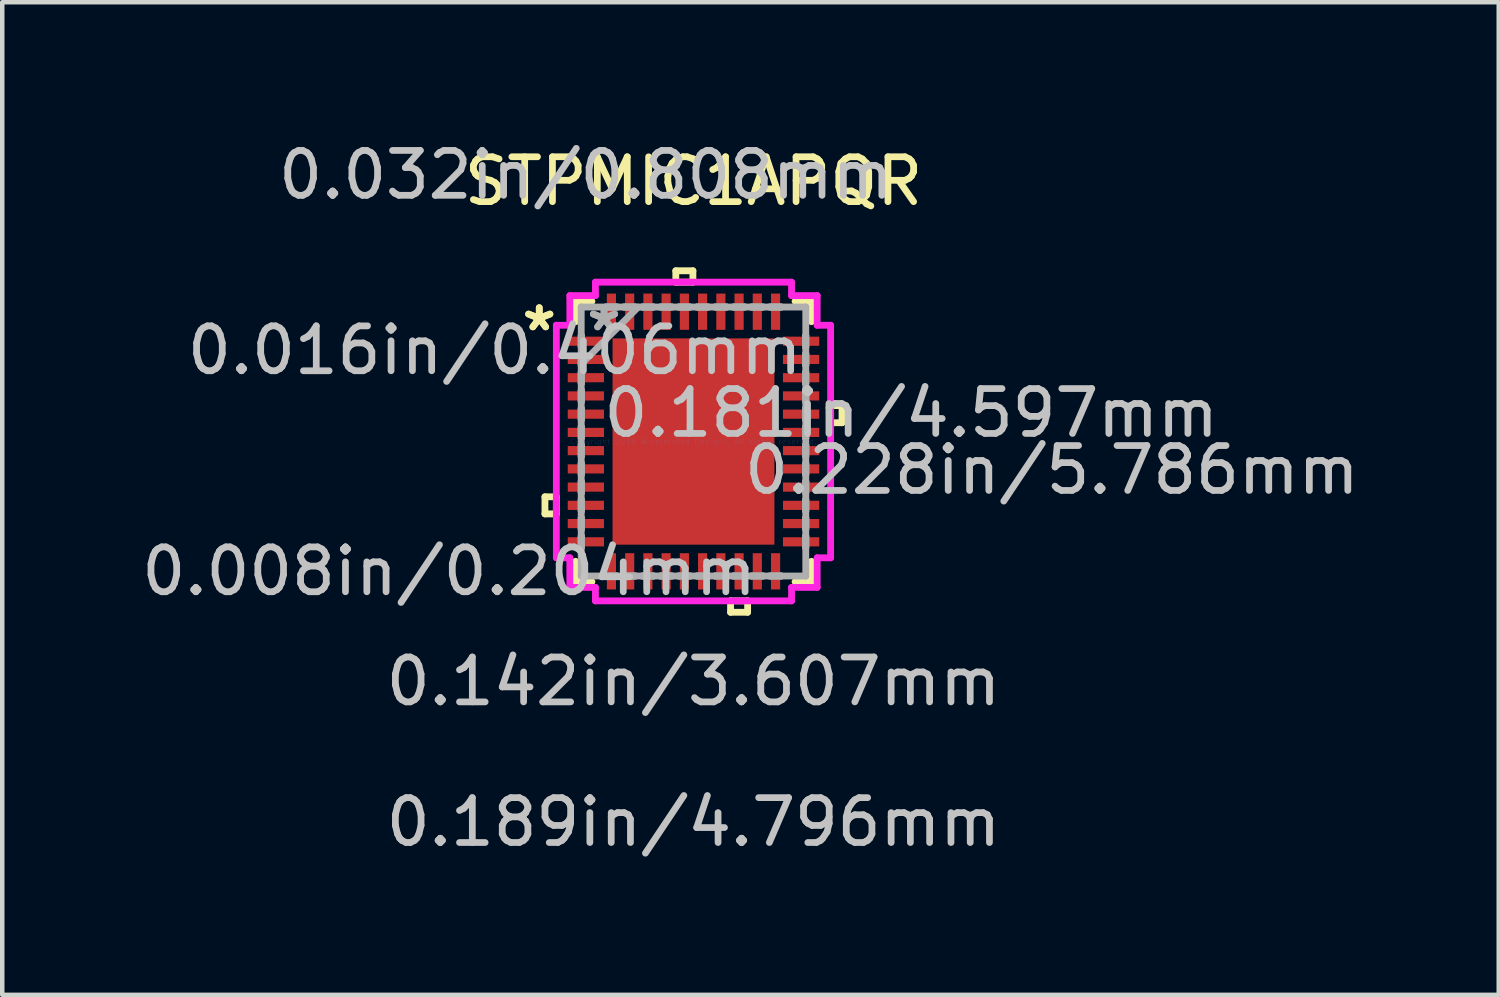
<source format=kicad_pcb>
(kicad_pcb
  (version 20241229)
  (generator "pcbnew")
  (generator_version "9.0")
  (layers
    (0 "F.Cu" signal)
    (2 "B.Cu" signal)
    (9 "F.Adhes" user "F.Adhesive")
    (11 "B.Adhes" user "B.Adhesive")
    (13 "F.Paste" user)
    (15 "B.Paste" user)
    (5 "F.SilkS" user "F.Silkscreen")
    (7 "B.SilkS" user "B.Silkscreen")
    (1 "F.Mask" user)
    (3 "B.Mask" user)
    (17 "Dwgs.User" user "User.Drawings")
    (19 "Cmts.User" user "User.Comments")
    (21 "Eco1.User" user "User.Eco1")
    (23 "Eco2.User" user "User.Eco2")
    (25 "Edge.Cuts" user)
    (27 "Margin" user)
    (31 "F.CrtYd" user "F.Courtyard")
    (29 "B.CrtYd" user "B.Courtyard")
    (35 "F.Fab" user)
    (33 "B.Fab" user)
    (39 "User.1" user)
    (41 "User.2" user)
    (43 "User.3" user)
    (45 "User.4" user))
  (footprint "STPMIC1APQR"
    (layer "F.Cu")
    (at 12.404 6.789)
    (property "Reference" "STPMIC1APQR" (at 0 -5.8 0) (layer "F.SilkS") (effects (font (size 1 1) (thickness 0.15))))
    (attr through_hole)
    (fp_line (start -3.31 1.232) (end -3.31 1.613) (stroke (width 0.152) (type solid)) (layer "F.SilkS"))
    (fp_line (start -3.31 1.613) (end -3.056 1.613) (stroke (width 0.152) (type solid)) (layer "F.SilkS"))
    (fp_line (start -3.056 1.232) (end -3.31 1.232) (stroke (width 0.152) (type solid)) (layer "F.SilkS"))
    (fp_line (start -3.056 1.613) (end -3.056 1.232) (stroke (width 0.152) (type solid)) (layer "F.SilkS"))
    (fp_line (start -2.629 -3.124) (end -2.629 -2.67) (stroke (width 0.152) (type solid)) (layer "F.SilkS"))
    (fp_line (start -2.629 2.67) (end -2.629 3.124) (stroke (width 0.152) (type solid)) (layer "F.SilkS"))
    (fp_line (start -2.629 3.124) (end -2.264 3.124) (stroke (width 0.152) (type solid)) (layer "F.SilkS"))
    (fp_line (start -2.264 -3.124) (end -2.629 -3.124) (stroke (width 0.152) (type solid)) (layer "F.SilkS"))
    (fp_line (start -0.394 -3.805) (end -0.013 -3.805) (stroke (width 0.152) (type solid)) (layer "F.SilkS"))
    (fp_line (start -0.394 -3.551) (end -0.394 -3.805) (stroke (width 0.152) (type solid)) (layer "F.SilkS"))
    (fp_line (start -0.013 -3.805) (end -0.013 -3.551) (stroke (width 0.152) (type solid)) (layer "F.SilkS"))
    (fp_line (start -0.013 -3.551) (end -0.394 -3.551) (stroke (width 0.152) (type solid)) (layer "F.SilkS"))
    (fp_line (start 0.826 3.551) (end 0.826 3.805) (stroke (width 0.152) (type solid)) (layer "F.SilkS"))
    (fp_line (start 0.826 3.805) (end 1.206 3.805) (stroke (width 0.152) (type solid)) (layer "F.SilkS"))
    (fp_line (start 1.206 3.551) (end 0.826 3.551) (stroke (width 0.152) (type solid)) (layer "F.SilkS"))
    (fp_line (start 1.206 3.805) (end 1.206 3.551) (stroke (width 0.152) (type solid)) (layer "F.SilkS"))
    (fp_line (start 2.264 3.124) (end 2.629 3.124) (stroke (width 0.152) (type solid)) (layer "F.SilkS"))
    (fp_line (start 2.629 -3.124) (end 2.264 -3.124) (stroke (width 0.152) (type solid)) (layer "F.SilkS"))
    (fp_line (start 2.629 -2.67) (end 2.629 -3.124) (stroke (width 0.152) (type solid)) (layer "F.SilkS"))
    (fp_line (start 2.629 3.124) (end 2.629 2.67) (stroke (width 0.152) (type solid)) (layer "F.SilkS"))
    (fp_line (start 3.056 -0.8) (end 3.31 -0.8) (stroke (width 0.152) (type solid)) (layer "F.SilkS"))
    (fp_line (start 3.056 -0.419) (end 3.056 -0.8) (stroke (width 0.152) (type solid)) (layer "F.SilkS"))
    (fp_line (start 3.31 -0.8) (end 3.31 -0.419) (stroke (width 0.152) (type solid)) (layer "F.SilkS"))
    (fp_line (start 3.31 -0.419) (end 3.056 -0.419) (stroke (width 0.152) (type solid)) (layer "F.SilkS"))
    (fp_line (start -1.703 -2.199) (end -1.703 -0.866) (stroke (width 0.152) (type solid)) (layer "F.Paste"))
    (fp_line (start -1.703 -0.866) (end -0.1 -0.866) (stroke (width 0.152) (type solid)) (layer "F.Paste"))
    (fp_line (start -1.703 -0.666) (end -1.703 0.666) (stroke (width 0.152) (type solid)) (layer "F.Paste"))
    (fp_line (start -1.703 0.666) (end -0.1 0.666) (stroke (width 0.152) (type solid)) (layer "F.Paste"))
    (fp_line (start -1.703 0.866) (end -1.703 2.199) (stroke (width 0.152) (type solid)) (layer "F.Paste"))
    (fp_line (start -1.703 2.199) (end -0.1 2.199) (stroke (width 0.152) (type solid)) (layer "F.Paste"))
    (fp_line (start -0.1 -2.199) (end -1.703 -2.199) (stroke (width 0.152) (type solid)) (layer "F.Paste"))
    (fp_line (start -0.1 -0.866) (end -0.1 -2.199) (stroke (width 0.152) (type solid)) (layer "F.Paste"))
    (fp_line (start -0.1 -0.666) (end -1.703 -0.666) (stroke (width 0.152) (type solid)) (layer "F.Paste"))
    (fp_line (start -0.1 0.666) (end -0.1 -0.666) (stroke (width 0.152) (type solid)) (layer "F.Paste"))
    (fp_line (start -0.1 0.866) (end -1.703 0.866) (stroke (width 0.152) (type solid)) (layer "F.Paste"))
    (fp_line (start -0.1 2.199) (end -0.1 0.866) (stroke (width 0.152) (type solid)) (layer "F.Paste"))
    (fp_line (start 0.1 -2.199) (end 0.1 -0.866) (stroke (width 0.152) (type solid)) (layer "F.Paste"))
    (fp_line (start 0.1 -0.866) (end 1.703 -0.866) (stroke (width 0.152) (type solid)) (layer "F.Paste"))
    (fp_line (start 0.1 -0.666) (end 0.1 0.666) (stroke (width 0.152) (type solid)) (layer "F.Paste"))
    (fp_line (start 0.1 0.666) (end 1.703 0.666) (stroke (width 0.152) (type solid)) (layer "F.Paste"))
    (fp_line (start 0.1 0.866) (end 0.1 2.199) (stroke (width 0.152) (type solid)) (layer "F.Paste"))
    (fp_line (start 0.1 2.199) (end 1.703 2.199) (stroke (width 0.152) (type solid)) (layer "F.Paste"))
    (fp_line (start 1.703 -2.199) (end 0.1 -2.199) (stroke (width 0.152) (type solid)) (layer "F.Paste"))
    (fp_line (start 1.703 -0.866) (end 1.703 -2.199) (stroke (width 0.152) (type solid)) (layer "F.Paste"))
    (fp_line (start 1.703 -0.666) (end 0.1 -0.666) (stroke (width 0.152) (type solid)) (layer "F.Paste"))
    (fp_line (start 1.703 0.666) (end 1.703 -0.666) (stroke (width 0.152) (type solid)) (layer "F.Paste"))
    (fp_line (start 1.703 0.866) (end 0.1 0.866) (stroke (width 0.152) (type solid)) (layer "F.Paste"))
    (fp_line (start 1.703 2.199) (end 1.703 0.866) (stroke (width 0.152) (type solid)) (layer "F.Paste"))
    (fp_line (start -3.056 -2.591) (end -2.756 -2.591) (stroke (width 0.152) (type solid)) (layer "F.CrtYd"))
    (fp_line (start -3.056 2.591) (end -3.056 -2.591) (stroke (width 0.152) (type solid)) (layer "F.CrtYd"))
    (fp_line (start -2.756 -3.251) (end -2.185 -3.251) (stroke (width 0.152) (type solid)) (layer "F.CrtYd"))
    (fp_line (start -2.756 -2.591) (end -2.756 -3.251) (stroke (width 0.152) (type solid)) (layer "F.CrtYd"))
    (fp_line (start -2.756 2.591) (end -3.056 2.591) (stroke (width 0.152) (type solid)) (layer "F.CrtYd"))
    (fp_line (start -2.756 3.251) (end -2.756 2.591) (stroke (width 0.152) (type solid)) (layer "F.CrtYd"))
    (fp_line (start -2.185 -3.551) (end 2.185 -3.551) (stroke (width 0.152) (type solid)) (layer "F.CrtYd"))
    (fp_line (start -2.185 -3.251) (end -2.185 -3.551) (stroke (width 0.152) (type solid)) (layer "F.CrtYd"))
    (fp_line (start -2.185 3.251) (end -2.756 3.251) (stroke (width 0.152) (type solid)) (layer "F.CrtYd"))
    (fp_line (start -2.185 3.551) (end -2.185 3.251) (stroke (width 0.152) (type solid)) (layer "F.CrtYd"))
    (fp_line (start 2.185 -3.551) (end 2.185 -3.251) (stroke (width 0.152) (type solid)) (layer "F.CrtYd"))
    (fp_line (start 2.185 -3.251) (end 2.756 -3.251) (stroke (width 0.152) (type solid)) (layer "F.CrtYd"))
    (fp_line (start 2.185 3.251) (end 2.185 3.551) (stroke (width 0.152) (type solid)) (layer "F.CrtYd"))
    (fp_line (start 2.185 3.551) (end -2.185 3.551) (stroke (width 0.152) (type solid)) (layer "F.CrtYd"))
    (fp_line (start 2.756 -3.251) (end 2.756 -2.591) (stroke (width 0.152) (type solid)) (layer "F.CrtYd"))
    (fp_line (start 2.756 -2.591) (end 3.056 -2.591) (stroke (width 0.152) (type solid)) (layer "F.CrtYd"))
    (fp_line (start 2.756 2.591) (end 2.756 3.251) (stroke (width 0.152) (type solid)) (layer "F.CrtYd"))
    (fp_line (start 2.756 3.251) (end 2.185 3.251) (stroke (width 0.152) (type solid)) (layer "F.CrtYd"))
    (fp_line (start 3.056 -2.591) (end 3.056 2.591) (stroke (width 0.152) (type solid)) (layer "F.CrtYd"))
    (fp_line (start 3.056 2.591) (end 2.756 2.591) (stroke (width 0.152) (type solid)) (layer "F.CrtYd"))
    (fp_line (start -2.502 -2.997) (end -2.502 -2.997) (stroke (width 0.152) (type solid)) (layer "F.Fab"))
    (fp_line (start -2.502 -2.997) (end -2.502 2.997) (stroke (width 0.152) (type solid)) (layer "F.Fab"))
    (fp_line (start -2.502 -2.362) (end -2.502 -2.362) (stroke (width 0.152) (type solid)) (layer "F.Fab"))
    (fp_line (start -2.502 -2.362) (end -2.502 -2.108) (stroke (width 0.152) (type solid)) (layer "F.Fab"))
    (fp_line (start -2.502 -2.108) (end -2.502 -2.362) (stroke (width 0.152) (type solid)) (layer "F.Fab"))
    (fp_line (start -2.502 -2.108) (end -2.502 -2.108) (stroke (width 0.152) (type solid)) (layer "F.Fab"))
    (fp_line (start -2.502 -1.956) (end -2.502 -1.956) (stroke (width 0.152) (type solid)) (layer "F.Fab"))
    (fp_line (start -2.502 -1.956) (end -2.502 -1.702) (stroke (width 0.152) (type solid)) (layer "F.Fab"))
    (fp_line (start -2.502 -1.727) (end -1.232 -2.997) (stroke (width 0.152) (type solid)) (layer "F.Fab"))
    (fp_line (start -2.502 -1.702) (end -2.502 -1.956) (stroke (width 0.152) (type solid)) (layer "F.Fab"))
    (fp_line (start -2.502 -1.702) (end -2.502 -1.702) (stroke (width 0.152) (type solid)) (layer "F.Fab"))
    (fp_line (start -2.502 -1.549) (end -2.502 -1.549) (stroke (width 0.152) (type solid)) (layer "F.Fab"))
    (fp_line (start -2.502 -1.549) (end -2.502 -1.295) (stroke (width 0.152) (type solid)) (layer "F.Fab"))
    (fp_line (start -2.502 -1.295) (end -2.502 -1.549) (stroke (width 0.152) (type solid)) (layer "F.Fab"))
    (fp_line (start -2.502 -1.295) (end -2.502 -1.295) (stroke (width 0.152) (type solid)) (layer "F.Fab"))
    (fp_line (start -2.502 -1.143) (end -2.502 -1.143) (stroke (width 0.152) (type solid)) (layer "F.Fab"))
    (fp_line (start -2.502 -1.143) (end -2.502 -0.889) (stroke (width 0.152) (type solid)) (layer "F.Fab"))
    (fp_line (start -2.502 -0.889) (end -2.502 -1.143) (stroke (width 0.152) (type solid)) (layer "F.Fab"))
    (fp_line (start -2.502 -0.889) (end -2.502 -0.889) (stroke (width 0.152) (type solid)) (layer "F.Fab"))
    (fp_line (start -2.502 -0.737) (end -2.502 -0.737) (stroke (width 0.152) (type solid)) (layer "F.Fab"))
    (fp_line (start -2.502 -0.737) (end -2.502 -0.483) (stroke (width 0.152) (type solid)) (layer "F.Fab"))
    (fp_line (start -2.502 -0.483) (end -2.502 -0.737) (stroke (width 0.152) (type solid)) (layer "F.Fab"))
    (fp_line (start -2.502 -0.483) (end -2.502 -0.483) (stroke (width 0.152) (type solid)) (layer "F.Fab"))
    (fp_line (start -2.502 -0.33) (end -2.502 -0.33) (stroke (width 0.152) (type solid)) (layer "F.Fab"))
    (fp_line (start -2.502 -0.33) (end -2.502 -0.076) (stroke (width 0.152) (type solid)) (layer "F.Fab"))
    (fp_line (start -2.502 -0.076) (end -2.502 -0.33) (stroke (width 0.152) (type solid)) (layer "F.Fab"))
    (fp_line (start -2.502 -0.076) (end -2.502 -0.076) (stroke (width 0.152) (type solid)) (layer "F.Fab"))
    (fp_line (start -2.502 0.076) (end -2.502 0.076) (stroke (width 0.152) (type solid)) (layer "F.Fab"))
    (fp_line (start -2.502 0.076) (end -2.502 0.33) (stroke (width 0.152) (type solid)) (layer "F.Fab"))
    (fp_line (start -2.502 0.33) (end -2.502 0.076) (stroke (width 0.152) (type solid)) (layer "F.Fab"))
    (fp_line (start -2.502 0.33) (end -2.502 0.33) (stroke (width 0.152) (type solid)) (layer "F.Fab"))
    (fp_line (start -2.502 0.483) (end -2.502 0.483) (stroke (width 0.152) (type solid)) (layer "F.Fab"))
    (fp_line (start -2.502 0.483) (end -2.502 0.737) (stroke (width 0.152) (type solid)) (layer "F.Fab"))
    (fp_line (start -2.502 0.737) (end -2.502 0.483) (stroke (width 0.152) (type solid)) (layer "F.Fab"))
    (fp_line (start -2.502 0.737) (end -2.502 0.737) (stroke (width 0.152) (type solid)) (layer "F.Fab"))
    (fp_line (start -2.502 0.889) (end -2.502 0.889) (stroke (width 0.152) (type solid)) (layer "F.Fab"))
    (fp_line (start -2.502 0.889) (end -2.502 1.143) (stroke (width 0.152) (type solid)) (layer "F.Fab"))
    (fp_line (start -2.502 1.143) (end -2.502 0.889) (stroke (width 0.152) (type solid)) (layer "F.Fab"))
    (fp_line (start -2.502 1.143) (end -2.502 1.143) (stroke (width 0.152) (type solid)) (layer "F.Fab"))
    (fp_line (start -2.502 1.295) (end -2.502 1.295) (stroke (width 0.152) (type solid)) (layer "F.Fab"))
    (fp_line (start -2.502 1.295) (end -2.502 1.549) (stroke (width 0.152) (type solid)) (layer "F.Fab"))
    (fp_line (start -2.502 1.549) (end -2.502 1.295) (stroke (width 0.152) (type solid)) (layer "F.Fab"))
    (fp_line (start -2.502 1.549) (end -2.502 1.549) (stroke (width 0.152) (type solid)) (layer "F.Fab"))
    (fp_line (start -2.502 1.702) (end -2.502 1.702) (stroke (width 0.152) (type solid)) (layer "F.Fab"))
    (fp_line (start -2.502 1.702) (end -2.502 1.956) (stroke (width 0.152) (type solid)) (layer "F.Fab"))
    (fp_line (start -2.502 1.956) (end -2.502 1.702) (stroke (width 0.152) (type solid)) (layer "F.Fab"))
    (fp_line (start -2.502 1.956) (end -2.502 1.956) (stroke (width 0.152) (type solid)) (layer "F.Fab"))
    (fp_line (start -2.502 2.108) (end -2.502 2.108) (stroke (width 0.152) (type solid)) (layer "F.Fab"))
    (fp_line (start -2.502 2.108) (end -2.502 2.362) (stroke (width 0.152) (type solid)) (layer "F.Fab"))
    (fp_line (start -2.502 2.362) (end -2.502 2.108) (stroke (width 0.152) (type solid)) (layer "F.Fab"))
    (fp_line (start -2.502 2.362) (end -2.502 2.362) (stroke (width 0.152) (type solid)) (layer "F.Fab"))
    (fp_line (start -2.502 2.997) (end -2.502 2.997) (stroke (width 0.152) (type solid)) (layer "F.Fab"))
    (fp_line (start -2.502 2.997) (end 2.502 2.997) (stroke (width 0.152) (type solid)) (layer "F.Fab"))
    (fp_line (start -1.956 -2.997) (end -1.956 -2.997) (stroke (width 0.152) (type solid)) (layer "F.Fab"))
    (fp_line (start -1.956 -2.997) (end -1.702 -2.997) (stroke (width 0.152) (type solid)) (layer "F.Fab"))
    (fp_line (start -1.956 2.997) (end -1.956 2.997) (stroke (width 0.152) (type solid)) (layer "F.Fab"))
    (fp_line (start -1.956 2.997) (end -1.702 2.997) (stroke (width 0.152) (type solid)) (layer "F.Fab"))
    (fp_line (start -1.702 -2.997) (end -1.956 -2.997) (stroke (width 0.152) (type solid)) (layer "F.Fab"))
    (fp_line (start -1.702 -2.997) (end -1.702 -2.997) (stroke (width 0.152) (type solid)) (layer "F.Fab"))
    (fp_line (start -1.702 2.997) (end -1.956 2.997) (stroke (width 0.152) (type solid)) (layer "F.Fab"))
    (fp_line (start -1.702 2.997) (end -1.702 2.997) (stroke (width 0.152) (type solid)) (layer "F.Fab"))
    (fp_line (start -1.549 -2.997) (end -1.549 -2.997) (stroke (width 0.152) (type solid)) (layer "F.Fab"))
    (fp_line (start -1.549 -2.997) (end -1.295 -2.997) (stroke (width 0.152) (type solid)) (layer "F.Fab"))
    (fp_line (start -1.549 2.997) (end -1.549 2.997) (stroke (width 0.152) (type solid)) (layer "F.Fab"))
    (fp_line (start -1.549 2.997) (end -1.295 2.997) (stroke (width 0.152) (type solid)) (layer "F.Fab"))
    (fp_line (start -1.295 -2.997) (end -1.549 -2.997) (stroke (width 0.152) (type solid)) (layer "F.Fab"))
    (fp_line (start -1.295 -2.997) (end -1.295 -2.997) (stroke (width 0.152) (type solid)) (layer "F.Fab"))
    (fp_line (start -1.295 2.997) (end -1.549 2.997) (stroke (width 0.152) (type solid)) (layer "F.Fab"))
    (fp_line (start -1.295 2.997) (end -1.295 2.997) (stroke (width 0.152) (type solid)) (layer "F.Fab"))
    (fp_line (start -1.143 -2.997) (end -1.143 -2.997) (stroke (width 0.152) (type solid)) (layer "F.Fab"))
    (fp_line (start -1.143 -2.997) (end -0.889 -2.997) (stroke (width 0.152) (type solid)) (layer "F.Fab"))
    (fp_line (start -1.143 2.997) (end -1.143 2.997) (stroke (width 0.152) (type solid)) (layer "F.Fab"))
    (fp_line (start -1.143 2.997) (end -0.889 2.997) (stroke (width 0.152) (type solid)) (layer "F.Fab"))
    (fp_line (start -0.889 -2.997) (end -1.143 -2.997) (stroke (width 0.152) (type solid)) (layer "F.Fab"))
    (fp_line (start -0.889 -2.997) (end -0.889 -2.997) (stroke (width 0.152) (type solid)) (layer "F.Fab"))
    (fp_line (start -0.889 2.997) (end -1.143 2.997) (stroke (width 0.152) (type solid)) (layer "F.Fab"))
    (fp_line (start -0.889 2.997) (end -0.889 2.997) (stroke (width 0.152) (type solid)) (layer "F.Fab"))
    (fp_line (start -0.737 -2.997) (end -0.737 -2.997) (stroke (width 0.152) (type solid)) (layer "F.Fab"))
    (fp_line (start -0.737 -2.997) (end -0.483 -2.997) (stroke (width 0.152) (type solid)) (layer "F.Fab"))
    (fp_line (start -0.737 2.997) (end -0.737 2.997) (stroke (width 0.152) (type solid)) (layer "F.Fab"))
    (fp_line (start -0.737 2.997) (end -0.483 2.997) (stroke (width 0.152) (type solid)) (layer "F.Fab"))
    (fp_line (start -0.483 -2.997) (end -0.737 -2.997) (stroke (width 0.152) (type solid)) (layer "F.Fab"))
    (fp_line (start -0.483 -2.997) (end -0.483 -2.997) (stroke (width 0.152) (type solid)) (layer "F.Fab"))
    (fp_line (start -0.483 2.997) (end -0.737 2.997) (stroke (width 0.152) (type solid)) (layer "F.Fab"))
    (fp_line (start -0.483 2.997) (end -0.483 2.997) (stroke (width 0.152) (type solid)) (layer "F.Fab"))
    (fp_line (start -0.33 -2.997) (end -0.33 -2.997) (stroke (width 0.152) (type solid)) (layer "F.Fab"))
    (fp_line (start -0.33 -2.997) (end -0.076 -2.997) (stroke (width 0.152) (type solid)) (layer "F.Fab"))
    (fp_line (start -0.33 2.997) (end -0.33 2.997) (stroke (width 0.152) (type solid)) (layer "F.Fab"))
    (fp_line (start -0.33 2.997) (end -0.076 2.997) (stroke (width 0.152) (type solid)) (layer "F.Fab"))
    (fp_line (start -0.076 -2.997) (end -0.33 -2.997) (stroke (width 0.152) (type solid)) (layer "F.Fab"))
    (fp_line (start -0.076 -2.997) (end -0.076 -2.997) (stroke (width 0.152) (type solid)) (layer "F.Fab"))
    (fp_line (start -0.076 2.997) (end -0.33 2.997) (stroke (width 0.152) (type solid)) (layer "F.Fab"))
    (fp_line (start -0.076 2.997) (end -0.076 2.997) (stroke (width 0.152) (type solid)) (layer "F.Fab"))
    (fp_line (start 0.076 -2.997) (end 0.076 -2.997) (stroke (width 0.152) (type solid)) (layer "F.Fab"))
    (fp_line (start 0.076 -2.997) (end 0.33 -2.997) (stroke (width 0.152) (type solid)) (layer "F.Fab"))
    (fp_line (start 0.076 2.997) (end 0.076 2.997) (stroke (width 0.152) (type solid)) (layer "F.Fab"))
    (fp_line (start 0.076 2.997) (end 0.33 2.997) (stroke (width 0.152) (type solid)) (layer "F.Fab"))
    (fp_line (start 0.33 -2.997) (end 0.076 -2.997) (stroke (width 0.152) (type solid)) (layer "F.Fab"))
    (fp_line (start 0.33 -2.997) (end 0.33 -2.997) (stroke (width 0.152) (type solid)) (layer "F.Fab"))
    (fp_line (start 0.33 2.997) (end 0.076 2.997) (stroke (width 0.152) (type solid)) (layer "F.Fab"))
    (fp_line (start 0.33 2.997) (end 0.33 2.997) (stroke (width 0.152) (type solid)) (layer "F.Fab"))
    (fp_line (start 0.483 -2.997) (end 0.483 -2.997) (stroke (width 0.152) (type solid)) (layer "F.Fab"))
    (fp_line (start 0.483 -2.997) (end 0.737 -2.997) (stroke (width 0.152) (type solid)) (layer "F.Fab"))
    (fp_line (start 0.483 2.997) (end 0.483 2.997) (stroke (width 0.152) (type solid)) (layer "F.Fab"))
    (fp_line (start 0.483 2.997) (end 0.737 2.997) (stroke (width 0.152) (type solid)) (layer "F.Fab"))
    (fp_line (start 0.737 -2.997) (end 0.483 -2.997) (stroke (width 0.152) (type solid)) (layer "F.Fab"))
    (fp_line (start 0.737 -2.997) (end 0.737 -2.997) (stroke (width 0.152) (type solid)) (layer "F.Fab"))
    (fp_line (start 0.737 2.997) (end 0.483 2.997) (stroke (width 0.152) (type solid)) (layer "F.Fab"))
    (fp_line (start 0.737 2.997) (end 0.737 2.997) (stroke (width 0.152) (type solid)) (layer "F.Fab"))
    (fp_line (start 0.889 -2.997) (end 0.889 -2.997) (stroke (width 0.152) (type solid)) (layer "F.Fab"))
    (fp_line (start 0.889 -2.997) (end 1.143 -2.997) (stroke (width 0.152) (type solid)) (layer "F.Fab"))
    (fp_line (start 0.889 2.997) (end 0.889 2.997) (stroke (width 0.152) (type solid)) (layer "F.Fab"))
    (fp_line (start 0.889 2.997) (end 1.143 2.997) (stroke (width 0.152) (type solid)) (layer "F.Fab"))
    (fp_line (start 1.143 -2.997) (end 0.889 -2.997) (stroke (width 0.152) (type solid)) (layer "F.Fab"))
    (fp_line (start 1.143 -2.997) (end 1.143 -2.997) (stroke (width 0.152) (type solid)) (layer "F.Fab"))
    (fp_line (start 1.143 2.997) (end 0.889 2.997) (stroke (width 0.152) (type solid)) (layer "F.Fab"))
    (fp_line (start 1.143 2.997) (end 1.143 2.997) (stroke (width 0.152) (type solid)) (layer "F.Fab"))
    (fp_line (start 1.295 -2.997) (end 1.295 -2.997) (stroke (width 0.152) (type solid)) (layer "F.Fab"))
    (fp_line (start 1.295 -2.997) (end 1.549 -2.997) (stroke (width 0.152) (type solid)) (layer "F.Fab"))
    (fp_line (start 1.295 2.997) (end 1.295 2.997) (stroke (width 0.152) (type solid)) (layer "F.Fab"))
    (fp_line (start 1.295 2.997) (end 1.549 2.997) (stroke (width 0.152) (type solid)) (layer "F.Fab"))
    (fp_line (start 1.549 -2.997) (end 1.295 -2.997) (stroke (width 0.152) (type solid)) (layer "F.Fab"))
    (fp_line (start 1.549 -2.997) (end 1.549 -2.997) (stroke (width 0.152) (type solid)) (layer "F.Fab"))
    (fp_line (start 1.549 2.997) (end 1.295 2.997) (stroke (width 0.152) (type solid)) (layer "F.Fab"))
    (fp_line (start 1.549 2.997) (end 1.549 2.997) (stroke (width 0.152) (type solid)) (layer "F.Fab"))
    (fp_line (start 1.702 -2.997) (end 1.702 -2.997) (stroke (width 0.152) (type solid)) (layer "F.Fab"))
    (fp_line (start 1.702 -2.997) (end 1.956 -2.997) (stroke (width 0.152) (type solid)) (layer "F.Fab"))
    (fp_line (start 1.702 2.997) (end 1.702 2.997) (stroke (width 0.152) (type solid)) (layer "F.Fab"))
    (fp_line (start 1.702 2.997) (end 1.956 2.997) (stroke (width 0.152) (type solid)) (layer "F.Fab"))
    (fp_line (start 1.956 -2.997) (end 1.702 -2.997) (stroke (width 0.152) (type solid)) (layer "F.Fab"))
    (fp_line (start 1.956 -2.997) (end 1.956 -2.997) (stroke (width 0.152) (type solid)) (layer "F.Fab"))
    (fp_line (start 1.956 2.997) (end 1.702 2.997) (stroke (width 0.152) (type solid)) (layer "F.Fab"))
    (fp_line (start 1.956 2.997) (end 1.956 2.997) (stroke (width 0.152) (type solid)) (layer "F.Fab"))
    (fp_line (start 2.502 -2.997) (end -2.502 -2.997) (stroke (width 0.152) (type solid)) (layer "F.Fab"))
    (fp_line (start 2.502 -2.997) (end 2.502 -2.997) (stroke (width 0.152) (type solid)) (layer "F.Fab"))
    (fp_line (start 2.502 -2.362) (end 2.502 -2.362) (stroke (width 0.152) (type solid)) (layer "F.Fab"))
    (fp_line (start 2.502 -2.362) (end 2.502 -2.108) (stroke (width 0.152) (type solid)) (layer "F.Fab"))
    (fp_line (start 2.502 -2.108) (end 2.502 -2.362) (stroke (width 0.152) (type solid)) (layer "F.Fab"))
    (fp_line (start 2.502 -2.108) (end 2.502 -2.108) (stroke (width 0.152) (type solid)) (layer "F.Fab"))
    (fp_line (start 2.502 -1.956) (end 2.502 -1.956) (stroke (width 0.152) (type solid)) (layer "F.Fab"))
    (fp_line (start 2.502 -1.956) (end 2.502 -1.702) (stroke (width 0.152) (type solid)) (layer "F.Fab"))
    (fp_line (start 2.502 -1.702) (end 2.502 -1.956) (stroke (width 0.152) (type solid)) (layer "F.Fab"))
    (fp_line (start 2.502 -1.702) (end 2.502 -1.702) (stroke (width 0.152) (type solid)) (layer "F.Fab"))
    (fp_line (start 2.502 -1.549) (end 2.502 -1.549) (stroke (width 0.152) (type solid)) (layer "F.Fab"))
    (fp_line (start 2.502 -1.549) (end 2.502 -1.295) (stroke (width 0.152) (type solid)) (layer "F.Fab"))
    (fp_line (start 2.502 -1.295) (end 2.502 -1.549) (stroke (width 0.152) (type solid)) (layer "F.Fab"))
    (fp_line (start 2.502 -1.295) (end 2.502 -1.295) (stroke (width 0.152) (type solid)) (layer "F.Fab"))
    (fp_line (start 2.502 -1.143) (end 2.502 -1.143) (stroke (width 0.152) (type solid)) (layer "F.Fab"))
    (fp_line (start 2.502 -1.143) (end 2.502 -0.889) (stroke (width 0.152) (type solid)) (layer "F.Fab"))
    (fp_line (start 2.502 -0.889) (end 2.502 -1.143) (stroke (width 0.152) (type solid)) (layer "F.Fab"))
    (fp_line (start 2.502 -0.889) (end 2.502 -0.889) (stroke (width 0.152) (type solid)) (layer "F.Fab"))
    (fp_line (start 2.502 -0.737) (end 2.502 -0.737) (stroke (width 0.152) (type solid)) (layer "F.Fab"))
    (fp_line (start 2.502 -0.737) (end 2.502 -0.483) (stroke (width 0.152) (type solid)) (layer "F.Fab"))
    (fp_line (start 2.502 -0.483) (end 2.502 -0.737) (stroke (width 0.152) (type solid)) (layer "F.Fab"))
    (fp_line (start 2.502 -0.483) (end 2.502 -0.483) (stroke (width 0.152) (type solid)) (layer "F.Fab"))
    (fp_line (start 2.502 -0.33) (end 2.502 -0.33) (stroke (width 0.152) (type solid)) (layer "F.Fab"))
    (fp_line (start 2.502 -0.33) (end 2.502 -0.076) (stroke (width 0.152) (type solid)) (layer "F.Fab"))
    (fp_line (start 2.502 -0.076) (end 2.502 -0.33) (stroke (width 0.152) (type solid)) (layer "F.Fab"))
    (fp_line (start 2.502 -0.076) (end 2.502 -0.076) (stroke (width 0.152) (type solid)) (layer "F.Fab"))
    (fp_line (start 2.502 0.076) (end 2.502 0.076) (stroke (width 0.152) (type solid)) (layer "F.Fab"))
    (fp_line (start 2.502 0.076) (end 2.502 0.33) (stroke (width 0.152) (type solid)) (layer "F.Fab"))
    (fp_line (start 2.502 0.33) (end 2.502 0.076) (stroke (width 0.152) (type solid)) (layer "F.Fab"))
    (fp_line (start 2.502 0.33) (end 2.502 0.33) (stroke (width 0.152) (type solid)) (layer "F.Fab"))
    (fp_line (start 2.502 0.483) (end 2.502 0.483) (stroke (width 0.152) (type solid)) (layer "F.Fab"))
    (fp_line (start 2.502 0.483) (end 2.502 0.737) (stroke (width 0.152) (type solid)) (layer "F.Fab"))
    (fp_line (start 2.502 0.737) (end 2.502 0.483) (stroke (width 0.152) (type solid)) (layer "F.Fab"))
    (fp_line (start 2.502 0.737) (end 2.502 0.737) (stroke (width 0.152) (type solid)) (layer "F.Fab"))
    (fp_line (start 2.502 0.889) (end 2.502 0.889) (stroke (width 0.152) (type solid)) (layer "F.Fab"))
    (fp_line (start 2.502 0.889) (end 2.502 1.143) (stroke (width 0.152) (type solid)) (layer "F.Fab"))
    (fp_line (start 2.502 1.143) (end 2.502 0.889) (stroke (width 0.152) (type solid)) (layer "F.Fab"))
    (fp_line (start 2.502 1.143) (end 2.502 1.143) (stroke (width 0.152) (type solid)) (layer "F.Fab"))
    (fp_line (start 2.502 1.295) (end 2.502 1.295) (stroke (width 0.152) (type solid)) (layer "F.Fab"))
    (fp_line (start 2.502 1.295) (end 2.502 1.549) (stroke (width 0.152) (type solid)) (layer "F.Fab"))
    (fp_line (start 2.502 1.549) (end 2.502 1.295) (stroke (width 0.152) (type solid)) (layer "F.Fab"))
    (fp_line (start 2.502 1.549) (end 2.502 1.549) (stroke (width 0.152) (type solid)) (layer "F.Fab"))
    (fp_line (start 2.502 1.702) (end 2.502 1.702) (stroke (width 0.152) (type solid)) (layer "F.Fab"))
    (fp_line (start 2.502 1.702) (end 2.502 1.956) (stroke (width 0.152) (type solid)) (layer "F.Fab"))
    (fp_line (start 2.502 1.956) (end 2.502 1.702) (stroke (width 0.152) (type solid)) (layer "F.Fab"))
    (fp_line (start 2.502 1.956) (end 2.502 1.956) (stroke (width 0.152) (type solid)) (layer "F.Fab"))
    (fp_line (start 2.502 2.108) (end 2.502 2.108) (stroke (width 0.152) (type solid)) (layer "F.Fab"))
    (fp_line (start 2.502 2.108) (end 2.502 2.362) (stroke (width 0.152) (type solid)) (layer "F.Fab"))
    (fp_line (start 2.502 2.362) (end 2.502 2.108) (stroke (width 0.152) (type solid)) (layer "F.Fab"))
    (fp_line (start 2.502 2.362) (end 2.502 2.362) (stroke (width 0.152) (type solid)) (layer "F.Fab"))
    (fp_line (start 2.502 2.997) (end 2.502 -2.997) (stroke (width 0.152) (type solid)) (layer "F.Fab"))
    (fp_line (start 2.502 2.997) (end 2.502 2.997) (stroke (width 0.152) (type solid)) (layer "F.Fab"))
    (fp_text user "*" (at -3.437 -2.438 0) (layer "F.SilkS") (effects (font (size 1 1) (thickness 0.15))))
    (fp_text user "*" (at -3.437 -2.438 0) (layer "F.SilkS") (effects (font (size 1 1) (thickness 0.15))))
    (fp_text user "0.189in/4.796mm" (at 0 8.481 0) (layer "Dwgs.User") (effects (font (size 1 1) (thickness 0.15))))
    (fp_text user "0.008in/0.204mm" (at -5.446 2.893 0) (layer "Dwgs.User") (effects (font (size 1 1) (thickness 0.15))))
    (fp_text user "0.016in/0.406mm" (at -4.43 -2.032 0) (layer "Dwgs.User") (effects (font (size 1 1) (thickness 0.15))))
    (fp_text user "0.142in/3.607mm" (at 0 5.347 0) (layer "Dwgs.User") (effects (font (size 1 1) (thickness 0.15))))
    (fp_text user "0.181in/4.597mm" (at 4.851 -0.635 0) (layer "Dwgs.User") (effects (font (size 1 1) (thickness 0.15))))
    (fp_text user "0.032in/0.808mm" (at -2.398 -5.941 0) (layer "Dwgs.User") (effects (font (size 1 1) (thickness 0.15))))
    (fp_text user "0.228in/5.786mm" (at 7.986 0.635 0) (layer "Dwgs.User") (effects (font (size 1 1) (thickness 0.15))))
    (fp_text user "Copyright 2016 Accelerated Designs. All rights reserved." (at 0 0 0) (layer "Cmts.User") (effects (font (size 0.127 0.127) (thickness 0.002))))
    (fp_text user "*" (at -1.994 -2.438 0) (layer "F.Fab") (effects (font (size 1 1) (thickness 0.15))))
    (fp_text user "*" (at -1.994 -2.438 0) (layer "F.Fab") (effects (font (size 1 1) (thickness 0.15))))
    (pad "1" smd rect (at -2.398 -2.235 90) (size 0.204 0.808) (layers "F.Cu" "F.Mask" "F.Paste"))
    (pad "2" smd rect (at -2.398 -1.829 90) (size 0.204 0.808) (layers "F.Cu" "F.Mask" "F.Paste"))
    (pad "3" smd rect (at -2.398 -1.422 90) (size 0.204 0.808) (layers "F.Cu" "F.Mask" "F.Paste"))
    (pad "4" smd rect (at -2.398 -1.016 90) (size 0.204 0.808) (layers "F.Cu" "F.Mask" "F.Paste"))
    (pad "5" smd rect (at -2.398 -0.61 90) (size 0.204 0.808) (layers "F.Cu" "F.Mask" "F.Paste"))
    (pad "6" smd rect (at -2.398 -0.203 90) (size 0.204 0.808) (layers "F.Cu" "F.Mask" "F.Paste"))
    (pad "7" smd rect (at -2.398 0.203 90) (size 0.204 0.808) (layers "F.Cu" "F.Mask" "F.Paste"))
    (pad "8" smd rect (at -2.398 0.61 90) (size 0.204 0.808) (layers "F.Cu" "F.Mask" "F.Paste"))
    (pad "9" smd rect (at -2.398 1.016 90) (size 0.204 0.808) (layers "F.Cu" "F.Mask" "F.Paste"))
    (pad "10" smd rect (at -2.398 1.422 90) (size 0.204 0.808) (layers "F.Cu" "F.Mask" "F.Paste"))
    (pad "11" smd rect (at -2.398 1.829 90) (size 0.204 0.808) (layers "F.Cu" "F.Mask" "F.Paste"))
    (pad "12" smd rect (at -2.398 2.235 90) (size 0.204 0.808) (layers "F.Cu" "F.Mask" "F.Paste"))
    (pad "13" smd rect (at -1.829 2.893) (size 0.204 0.808) (layers "F.Cu" "F.Mask" "F.Paste"))
    (pad "14" smd rect (at -1.422 2.893) (size 0.204 0.808) (layers "F.Cu" "F.Mask" "F.Paste"))
    (pad "15" smd rect (at -1.016 2.893) (size 0.204 0.808) (layers "F.Cu" "F.Mask" "F.Paste"))
    (pad "16" smd rect (at -0.61 2.893) (size 0.204 0.808) (layers "F.Cu" "F.Mask" "F.Paste"))
    (pad "17" smd rect (at -0.203 2.893) (size 0.204 0.808) (layers "F.Cu" "F.Mask" "F.Paste"))
    (pad "18" smd rect (at 0.203 2.893) (size 0.204 0.808) (layers "F.Cu" "F.Mask" "F.Paste"))
    (pad "19" smd rect (at 0.61 2.893) (size 0.204 0.808) (layers "F.Cu" "F.Mask" "F.Paste"))
    (pad "20" smd rect (at 1.016 2.893) (size 0.204 0.808) (layers "F.Cu" "F.Mask" "F.Paste"))
    (pad "21" smd rect (at 1.422 2.893) (size 0.204 0.808) (layers "F.Cu" "F.Mask" "F.Paste"))
    (pad "22" smd rect (at 1.829 2.893) (size 0.204 0.808) (layers "F.Cu" "F.Mask" "F.Paste"))
    (pad "23" smd rect (at 2.398 2.235 90) (size 0.204 0.808) (layers "F.Cu" "F.Mask" "F.Paste"))
    (pad "24" smd rect (at 2.398 1.829 90) (size 0.204 0.808) (layers "F.Cu" "F.Mask" "F.Paste"))
    (pad "25" smd rect (at 2.398 1.422 90) (size 0.204 0.808) (layers "F.Cu" "F.Mask" "F.Paste"))
    (pad "26" smd rect (at 2.398 1.016 90) (size 0.204 0.808) (layers "F.Cu" "F.Mask" "F.Paste"))
    (pad "27" smd rect (at 2.398 0.61 90) (size 0.204 0.808) (layers "F.Cu" "F.Mask" "F.Paste"))
    (pad "28" smd rect (at 2.398 0.203 90) (size 0.204 0.808) (layers "F.Cu" "F.Mask" "F.Paste"))
    (pad "29" smd rect (at 2.398 -0.203 90) (size 0.204 0.808) (layers "F.Cu" "F.Mask" "F.Paste"))
    (pad "30" smd rect (at 2.398 -0.61 90) (size 0.204 0.808) (layers "F.Cu" "F.Mask" "F.Paste"))
    (pad "31" smd rect (at 2.398 -1.016 90) (size 0.204 0.808) (layers "F.Cu" "F.Mask" "F.Paste"))
    (pad "32" smd rect (at 2.398 -1.422 90) (size 0.204 0.808) (layers "F.Cu" "F.Mask" "F.Paste"))
    (pad "33" smd rect (at 2.398 -1.829 90) (size 0.204 0.808) (layers "F.Cu" "F.Mask" "F.Paste"))
    (pad "34" smd rect (at 2.398 -2.235 90) (size 0.204 0.808) (layers "F.Cu" "F.Mask" "F.Paste"))
    (pad "35" smd rect (at 1.829 -2.893) (size 0.204 0.808) (layers "F.Cu" "F.Mask" "F.Paste"))
    (pad "36" smd rect (at 1.422 -2.893) (size 0.204 0.808) (layers "F.Cu" "F.Mask" "F.Paste"))
    (pad "37" smd rect (at 1.016 -2.893) (size 0.204 0.808) (layers "F.Cu" "F.Mask" "F.Paste"))
    (pad "38" smd rect (at 0.61 -2.893) (size 0.204 0.808) (layers "F.Cu" "F.Mask" "F.Paste"))
    (pad "39" smd rect (at 0.203 -2.893) (size 0.204 0.808) (layers "F.Cu" "F.Mask" "F.Paste"))
    (pad "40" smd rect (at -0.203 -2.893) (size 0.204 0.808) (layers "F.Cu" "F.Mask" "F.Paste"))
    (pad "41" smd rect (at -0.61 -2.893) (size 0.204 0.808) (layers "F.Cu" "F.Mask" "F.Paste"))
    (pad "42" smd rect (at -1.016 -2.893) (size 0.204 0.808) (layers "F.Cu" "F.Mask" "F.Paste"))
    (pad "43" smd rect (at -1.422 -2.893) (size 0.204 0.808) (layers "F.Cu" "F.Mask" "F.Paste"))
    (pad "44" smd rect (at -1.829 -2.893) (size 0.204 0.808) (layers "F.Cu" "F.Mask" "F.Paste"))
    (pad "45" smd rect (at 0 0) (size 3.607 4.597) (layers "F.Cu" "F.Mask" "F.Paste")))
  (gr_rect
    (start -3 -3)
    (end 30.348 19.119)
    (stroke (width 0.1) (type default))
    (fill no)
    (layer "Edge.Cuts")))
</source>
